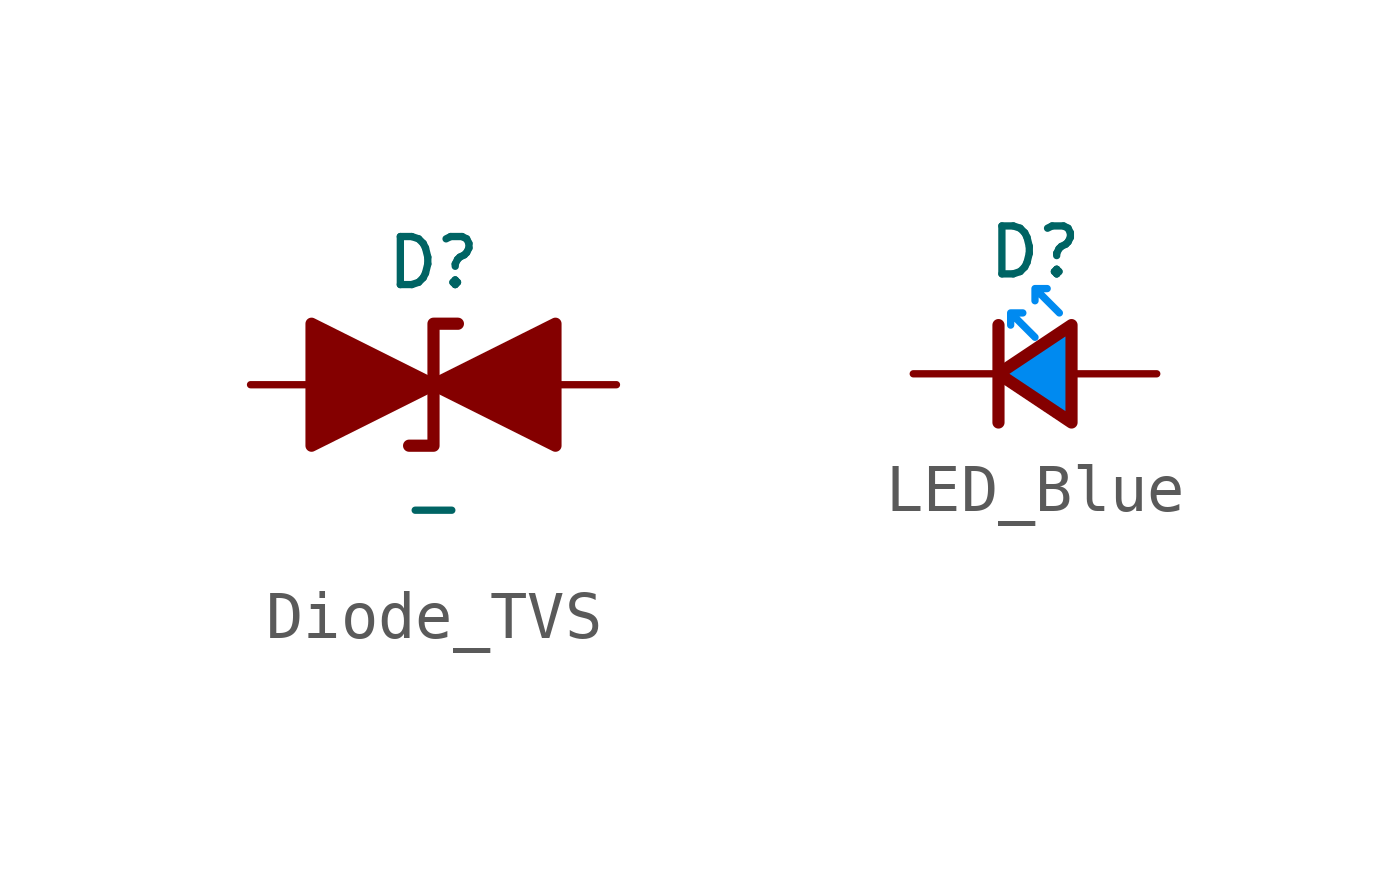
<source format=kicad_sym>
(kicad_symbol_lib
  (version 20241209)
  (generator "kicad_symbol_editor")
  (generator_version "9.0")
  (symbol "Diode_TVS"
    (pin_numbers
      (hide yes))
    (pin_names
      (offset 1.016)
      (hide yes))
    (property "Reference" "D"
      (at 0 2.54 0)
      (do_not_autoplace)
      (effects (font (size 1 1))))
    (property "Value" "-"
      (at 0 -2.54 0)
      (do_not_autoplace)
      (effects (font (size 1 1))))
    (symbol "Diode_TVS_0_1"
      (polyline (pts (xy -2.54 -1.27) (xy 0 0) (xy -2.54 1.27) (xy -2.54 -1.27)) (stroke (width 0.254) (type default)) (fill (type outline)))
      (polyline (pts (xy 0.508 1.27) (xy 0 1.27) (xy 0 -1.27) (xy -0.508 -1.27)) (stroke (width 0.254) (type default)) (fill (type none)))
      (polyline (pts (xy 1.27 0) (xy -1.27 0)) (stroke (width 0) (type default)) (fill (type none)))
      (polyline (pts (xy 2.54 1.27) (xy 2.54 -1.27) (xy 0 0) (xy 2.54 1.27)) (stroke (width 0.254) (type default)) (fill (type outline))))
    (symbol "Diode_TVS_1_1"
      (pin passive line (at -3.81 0 0) (length 2.54) (name "A1" (effects (font (size 1 1)))) (number "1" (effects (font (size 1 1)))))
      (pin passive line (at 3.81 0 180) (length 2.54) (name "A2" (effects (font (size 1 1)))) (number "2" (effects (font (size 1 1)))))))
  (symbol "LED_Blue"
    (pin_numbers
      (hide yes))
    (pin_names
      (offset 0.254)
      (hide yes))
    (property "Reference" "D"
      (at 0 2.54 0)
      (do_not_autoplace)
      (effects (font (size 1 1))))
    (symbol "LED_Blue_0_1"
      (polyline (pts (xy -0.762 -1.016) (xy -0.762 1.016)) (stroke (width 0.254) (type default)) (fill (type none))))
    (symbol "LED_Blue_1_1"
      (polyline (pts (xy 0 0.762) (xy -0.508 1.27) (xy -0.254 1.27) (xy -0.508 1.27) (xy -0.508 1.016)) (stroke (width 0) (type default) (color 0 138 240 1)) (fill (type none)))
      (polyline (pts (xy 0.508 1.27) (xy 0 1.778) (xy 0.254 1.778) (xy 0 1.778) (xy 0 1.524)) (stroke (width 0) (type default) (color 0 138 240 1)) (fill (type none)))
      (polyline (pts (xy 0.762 -1.016) (xy -0.762 0) (xy 0.762 1.016) (xy 0.762 -1.016)) (stroke (width 0.254) (type default)) (fill (type color) (color 0 138 240 1)))
      (pin passive line (at -2.54 0 0) (length 1.778) (name "K" (effects (font (size 1 1)))) (number "1" (effects (font (size 1 1)))))
      (pin passive line (at 2.54 0 180) (length 1.778) (name "A" (effects (font (size 1 1)))) (number "2" (effects (font (size 1 1))))))))
</source>
